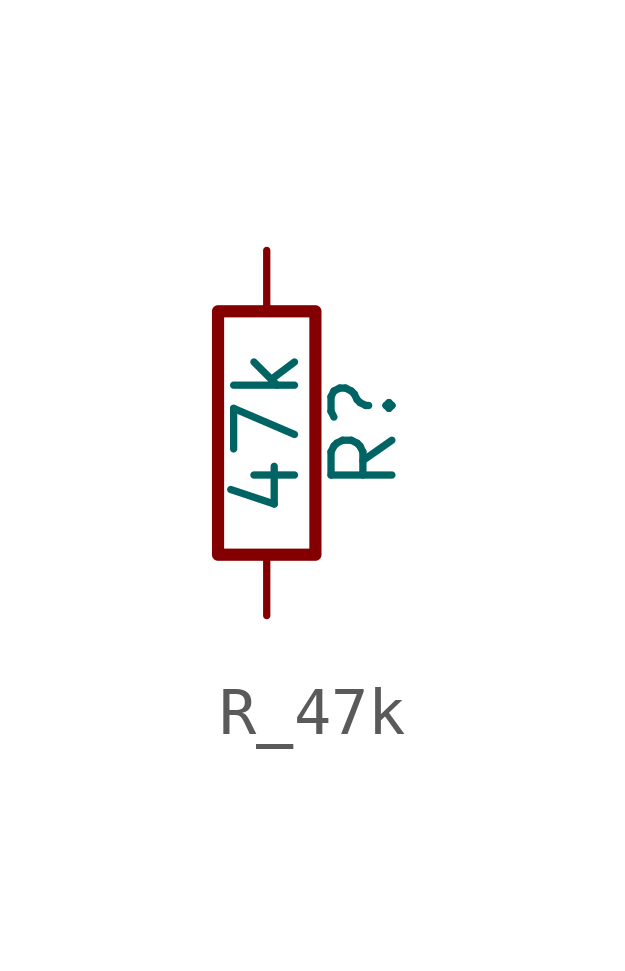
<source format=kicad_sym>
(kicad_symbol_lib
  (version 20241209)
  (generator "kicad_symbol_editor")
  (generator_version "9.0")
  (symbol "R_47k"
    (pin_numbers
      (hide yes))
    (pin_names
      (offset 0))
    (property "Reference" "R"
      (at 2.032 0 90)
      (effects (font (size 1.27 1.27))))
    (property "Value" "47k"
      (at 0 0 90)
      (effects (font (size 1.27 1.27))))
    (symbol "R_47k_0_1"
      (rectangle (start -1.016 -2.54) (end 1.016 2.54) (stroke (width 0.254) (type default)) (fill (type none))))
    (symbol "R_47k_1_1"
      (pin passive line (at 0 3.81 270) (length 1.27) (name "~" (effects (font (size 1.27 1.27)))) (number "1" (effects (font (size 1.27 1.27)))))
      (pin passive line (at 0 -3.81 90) (length 1.27) (name "~" (effects (font (size 1.27 1.27)))) (number "2" (effects (font (size 1.27 1.27))))))))
</source>
